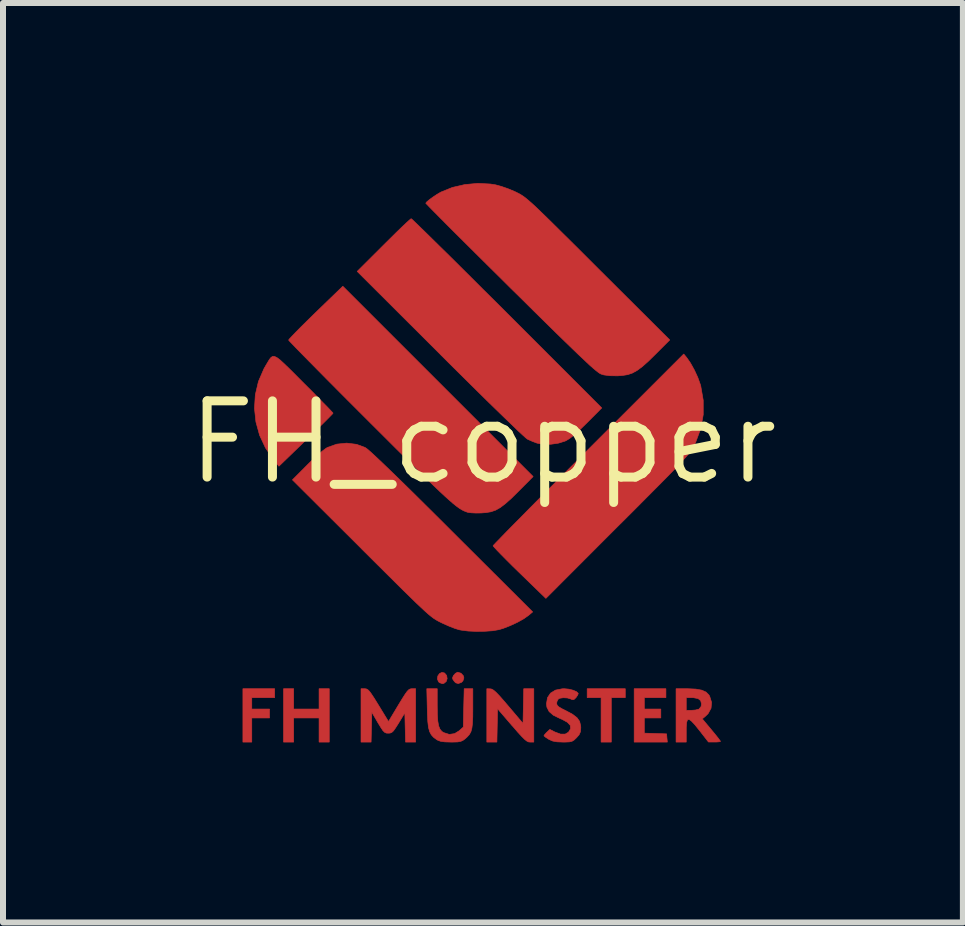
<source format=kicad_pcb>
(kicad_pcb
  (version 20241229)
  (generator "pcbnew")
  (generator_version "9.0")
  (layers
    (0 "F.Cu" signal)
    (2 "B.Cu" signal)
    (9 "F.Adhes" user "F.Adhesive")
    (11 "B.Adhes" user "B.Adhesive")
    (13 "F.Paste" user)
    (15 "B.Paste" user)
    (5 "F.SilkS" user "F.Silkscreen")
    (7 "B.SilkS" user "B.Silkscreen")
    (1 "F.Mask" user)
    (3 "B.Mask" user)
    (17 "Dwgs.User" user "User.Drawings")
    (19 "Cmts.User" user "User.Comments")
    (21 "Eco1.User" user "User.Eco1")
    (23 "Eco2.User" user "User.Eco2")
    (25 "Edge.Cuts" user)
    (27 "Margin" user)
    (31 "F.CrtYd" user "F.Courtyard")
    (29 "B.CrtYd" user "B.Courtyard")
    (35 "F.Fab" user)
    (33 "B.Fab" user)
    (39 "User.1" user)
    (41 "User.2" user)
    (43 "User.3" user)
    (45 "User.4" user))
  (footprint "FH_copper"
    (layer "F.Cu")
    (at 4.997 4.319)
    (property "Reference" "FH_copper" (at 0 0 0) (layer "F.SilkS") (effects (font (size 1.27 1.27) (thickness 0.15))))
    (attr through_hole)
    (fp_poly (pts (xy 2.371 4.255) (xy 2.138 4.255) (xy 2.138 4.995) (xy 1.968 4.995) (xy 1.968 4.255) (xy 1.736 4.255) (xy 1.736 4.106) (xy 2.371 4.106) (xy 2.371 4.255)) (stroke (width 0.01) (type solid)) (fill yes) (layer "F.Cu"))
    (fp_poly (pts (xy -3.471 4.255) (xy -3.852 4.255) (xy -3.852 4.445) (xy -3.556 4.445) (xy -3.556 4.593) (xy -3.852 4.593) (xy -3.852 4.995) (xy -4 4.995) (xy -4 4.106) (xy -3.471 4.106) (xy -3.471 4.255)) (stroke (width 0.01) (type solid)) (fill yes) (layer "F.Cu"))
    (fp_poly (pts (xy -3.154 4.445) (xy -2.731 4.445) (xy -2.731 4.106) (xy -2.561 4.106) (xy -2.561 4.995) (xy -2.731 4.995) (xy -2.731 4.593) (xy -3.154 4.593) (xy -3.154 4.995) (xy -3.323 4.995) (xy -3.323 4.106) (xy -3.154 4.106) (xy -3.154 4.445)) (stroke (width 0.01) (type solid)) (fill yes) (layer "F.Cu"))
    (fp_poly (pts (xy -0.64 3.844) (xy -0.605 3.886) (xy -0.597 3.938) (xy -0.613 3.986) (xy -0.651 4.017) (xy -0.677 4.022) (xy -0.722 4.006) (xy -0.74 3.991) (xy -0.76 3.943) (xy -0.752 3.893) (xy -0.724 3.853) (xy -0.683 3.834) (xy -0.64 3.844)) (stroke (width 0.01) (type solid)) (fill yes) (layer "F.Cu"))
    (fp_poly (pts (xy -0.366 3.848) (xy -0.327 3.89) (xy -0.318 3.926) (xy -0.334 3.976) (xy -0.358 4) (xy -0.411 4.02) (xy -0.451 4.009) (xy -0.475 3.988) (xy -0.502 3.949) (xy -0.508 3.926) (xy -0.493 3.888) (xy -0.459 3.85) (xy -0.423 3.831) (xy -0.42 3.831) (xy -0.366 3.848)) (stroke (width 0.01) (type solid)) (fill yes) (layer "F.Cu"))
    (fp_poly (pts (xy 3.048 4.255) (xy 2.688 4.255) (xy 2.688 4.445) (xy 2.963 4.445) (xy 2.963 4.593) (xy 2.688 4.593) (xy 2.688 4.846) (xy 2.873 4.852) (xy 3.059 4.858) (xy 3.065 4.927) (xy 3.072 4.995) (xy 2.519 4.995) (xy 2.519 4.106) (xy 3.048 4.106) (xy 3.048 4.255)) (stroke (width 0.01) (type solid)) (fill yes) (layer "F.Cu"))
    (fp_poly (pts (xy 0.847 4.995) (xy 0.784 4.995) (xy 0.757 4.992) (xy 0.728 4.977) (xy 0.692 4.948) (xy 0.644 4.9) (xy 0.578 4.828) (xy 0.492 4.728) (xy 0.482 4.718) (xy 0.243 4.44) (xy 0.232 4.995) (xy 0.064 4.995) (xy 0.064 4.106) (xy 0.122 4.108) (xy 0.148 4.113) (xy 0.179 4.132) (xy 0.219 4.167) (xy 0.274 4.224) (xy 0.347 4.307) (xy 0.423 4.396) (xy 0.667 4.684) (xy 0.673 4.395) (xy 0.679 4.106) (xy 0.847 4.106) (xy 0.847 4.995)) (stroke (width 0.01) (type solid)) (fill yes) (layer "F.Cu"))
    (fp_poly (pts (xy -3.472 -1.43) (xy -3.431 -1.41) (xy -3.377 -1.369) (xy -3.308 -1.305) (xy -3.218 -1.218) (xy -3.104 -1.104) (xy -2.984 -0.983) (xy -2.866 -0.866) (xy -2.759 -0.757) (xy -2.666 -0.662) (xy -2.589 -0.584) (xy -2.534 -0.526) (xy -2.503 -0.492) (xy -2.498 -0.485) (xy -2.512 -0.468) (xy -2.554 -0.425) (xy -2.618 -0.36) (xy -2.702 -0.277) (xy -2.801 -0.18) (xy -2.912 -0.072) (xy -2.949 -0.037) (xy -3.4 0.399) (xy -3.489 0.289) (xy -3.624 0.093) (xy -3.722 -0.118) (xy -3.783 -0.339) (xy -3.807 -0.565) (xy -3.793 -0.792) (xy -3.741 -1.013) (xy -3.65 -1.224) (xy -3.617 -1.282) (xy -3.583 -1.339) (xy -3.556 -1.384) (xy -3.53 -1.415) (xy -3.504 -1.431) (xy -3.472 -1.43)) (stroke (width 0.01) (type solid)) (fill yes) (layer "F.Cu"))
    (fp_poly (pts (xy -1.944 4.109) (xy -1.92 4.121) (xy -1.893 4.147) (xy -1.859 4.193) (xy -1.812 4.264) (xy -1.749 4.366) (xy -1.741 4.379) (xy -1.574 4.653) (xy -1.41 4.379) (xy -1.346 4.274) (xy -1.299 4.2) (xy -1.264 4.151) (xy -1.237 4.123) (xy -1.213 4.11) (xy -1.188 4.106) (xy -1.184 4.106) (xy -1.122 4.106) (xy -1.122 4.995) (xy -1.29 4.995) (xy -1.302 4.508) (xy -1.405 4.678) (xy -1.455 4.757) (xy -1.49 4.807) (xy -1.519 4.834) (xy -1.548 4.845) (xy -1.578 4.847) (xy -1.611 4.845) (xy -1.639 4.832) (xy -1.668 4.803) (xy -1.703 4.75) (xy -1.75 4.673) (xy -1.852 4.498) (xy -1.858 4.747) (xy -1.864 4.995) (xy -2.032 4.995) (xy -2.032 4.106) (xy -1.97 4.106) (xy -1.944 4.109)) (stroke (width 0.01) (type solid)) (fill yes) (layer "F.Cu"))
    (fp_poly (pts (xy -0.762 4.389) (xy -0.76 4.535) (xy -0.753 4.644) (xy -0.739 4.724) (xy -0.717 4.779) (xy -0.686 4.817) (xy -0.655 4.837) (xy -0.561 4.867) (xy -0.473 4.854) (xy -0.397 4.807) (xy -0.328 4.745) (xy -0.321 4.426) (xy -0.313 4.106) (xy -0.169 4.106) (xy -0.169 4.435) (xy -0.17 4.577) (xy -0.175 4.684) (xy -0.185 4.764) (xy -0.201 4.823) (xy -0.227 4.869) (xy -0.264 4.91) (xy -0.297 4.94) (xy -0.335 4.968) (xy -0.373 4.984) (xy -0.425 4.993) (xy -0.503 4.995) (xy -0.536 4.995) (xy -0.635 4.992) (xy -0.703 4.983) (xy -0.752 4.965) (xy -0.77 4.955) (xy -0.823 4.916) (xy -0.861 4.874) (xy -0.889 4.821) (xy -0.908 4.751) (xy -0.919 4.657) (xy -0.926 4.531) (xy -0.928 4.44) (xy -0.936 4.106) (xy -0.762 4.106) (xy -0.762 4.389)) (stroke (width 0.01) (type solid)) (fill yes) (layer "F.Cu"))
    (fp_poly (pts (xy 3.545 4.112) (xy 3.646 4.13) (xy 3.717 4.162) (xy 3.765 4.211) (xy 3.777 4.231) (xy 3.809 4.333) (xy 3.8 4.432) (xy 3.751 4.521) (xy 3.708 4.563) (xy 3.654 4.608) (xy 3.806 4.79) (xy 3.867 4.864) (xy 3.916 4.925) (xy 3.948 4.968) (xy 3.958 4.983) (xy 3.939 4.99) (xy 3.891 4.994) (xy 3.858 4.994) (xy 3.757 4.994) (xy 3.609 4.804) (xy 3.531 4.707) (xy 3.473 4.645) (xy 3.433 4.617) (xy 3.407 4.625) (xy 3.393 4.669) (xy 3.387 4.747) (xy 3.387 4.805) (xy 3.387 4.995) (xy 3.217 4.995) (xy 3.217 4.255) (xy 3.387 4.255) (xy 3.387 4.466) (xy 3.473 4.466) (xy 3.539 4.461) (xy 3.592 4.448) (xy 3.6 4.444) (xy 3.634 4.403) (xy 3.641 4.36) (xy 3.627 4.304) (xy 3.583 4.27) (xy 3.504 4.255) (xy 3.473 4.255) (xy 3.387 4.255) (xy 3.217 4.255) (xy 3.217 4.106) (xy 3.409 4.106) (xy 3.545 4.112)) (stroke (width 0.01) (type solid)) (fill yes) (layer "F.Cu"))
    (fp_poly (pts (xy -1.178 -3.711) (xy -1.133 -3.668) (xy -1.062 -3.599) (xy -0.966 -3.506) (xy -0.849 -3.391) (xy -0.712 -3.256) (xy -0.556 -3.103) (xy -0.385 -2.933) (xy -0.2 -2.749) (xy -0.003 -2.552) (xy 0.205 -2.346) (xy 0.402 -2.149) (xy 1.979 -0.572) (xy 1.726 -0.318) (xy 1.613 -0.208) (xy 1.522 -0.125) (xy 1.449 -0.067) (xy 1.388 -0.029) (xy 1.366 -0.019) (xy 1.256 0.015) (xy 1.131 0.033) (xy 1.008 0.033) (xy 0.904 0.015) (xy 0.9 0.014) (xy 0.823 -0.015) (xy 0.749 -0.048) (xy 0.741 -0.052) (xy 0.715 -0.072) (xy 0.662 -0.12) (xy 0.583 -0.193) (xy 0.482 -0.291) (xy 0.359 -0.409) (xy 0.217 -0.547) (xy 0.059 -0.701) (xy -0.113 -0.871) (xy -0.297 -1.053) (xy -0.491 -1.245) (xy -0.693 -1.446) (xy -0.714 -1.468) (xy -2.096 -2.847) (xy -1.656 -3.286) (xy -1.544 -3.397) (xy -1.441 -3.499) (xy -1.351 -3.586) (xy -1.278 -3.655) (xy -1.226 -3.702) (xy -1.199 -3.724) (xy -1.196 -3.725) (xy -1.178 -3.711)) (stroke (width 0.01) (type solid)) (fill yes) (layer "F.Cu"))
    (fp_poly (pts (xy 0.836 0.571) (xy 0.592 0.816) (xy 0.473 0.934) (xy 0.374 1.022) (xy 0.289 1.087) (xy 0.211 1.131) (xy 0.132 1.158) (xy 0.047 1.172) (xy -0.032 1.178) (xy -0.119 1.179) (xy -0.197 1.175) (xy -0.249 1.168) (xy -0.254 1.167) (xy -0.288 1.155) (xy -0.322 1.141) (xy -0.357 1.122) (xy -0.396 1.098) (xy -0.441 1.065) (xy -0.494 1.023) (xy -0.556 0.969) (xy -0.631 0.902) (xy -0.719 0.82) (xy -0.824 0.72) (xy -0.946 0.601) (xy -1.088 0.461) (xy -1.252 0.299) (xy -1.441 0.112) (xy -1.655 -0.102) (xy -1.868 -0.314) (xy -2.068 -0.514) (xy -2.259 -0.705) (xy -2.439 -0.886) (xy -2.607 -1.055) (xy -2.759 -1.209) (xy -2.894 -1.346) (xy -3.01 -1.464) (xy -3.104 -1.56) (xy -3.175 -1.634) (xy -3.221 -1.682) (xy -3.238 -1.703) (xy -3.238 -1.704) (xy -3.224 -1.723) (xy -3.182 -1.768) (xy -3.118 -1.835) (xy -3.034 -1.92) (xy -2.935 -2.018) (xy -2.824 -2.127) (xy -2.787 -2.163) (xy -2.335 -2.6) (xy 0.836 0.571)) (stroke (width 0.01) (type solid)) (fill yes) (layer "F.Cu"))
    (fp_poly (pts (xy 3.397 -1.408) (xy 3.459 -1.318) (xy 3.522 -1.204) (xy 3.579 -1.081) (xy 3.62 -0.967) (xy 3.628 -0.941) (xy 3.67 -0.699) (xy 3.67 -0.462) (xy 3.629 -0.23) (xy 3.545 -0.004) (xy 3.533 0.021) (xy 3.517 0.054) (xy 3.5 0.085) (xy 3.481 0.117) (xy 3.458 0.15) (xy 3.429 0.189) (xy 3.391 0.234) (xy 3.343 0.289) (xy 3.282 0.354) (xy 3.206 0.434) (xy 3.114 0.529) (xy 3.003 0.642) (xy 2.871 0.775) (xy 2.716 0.931) (xy 2.536 1.112) (xy 2.329 1.319) (xy 2.246 1.401) (xy 1.048 2.601) (xy 0.608 2.174) (xy 0.495 2.064) (xy 0.394 1.963) (xy 0.307 1.875) (xy 0.238 1.804) (xy 0.191 1.753) (xy 0.169 1.727) (xy 0.169 1.725) (xy 0.183 1.707) (xy 0.226 1.662) (xy 0.295 1.591) (xy 0.388 1.495) (xy 0.503 1.378) (xy 0.639 1.241) (xy 0.792 1.085) (xy 0.962 0.914) (xy 1.147 0.728) (xy 1.343 0.531) (xy 1.551 0.323) (xy 1.757 0.116) (xy 3.345 -1.471) (xy 3.397 -1.408)) (stroke (width 0.01) (type solid)) (fill yes) (layer "F.Cu"))
    (fp_poly (pts (xy -2.107 0.034) (xy -1.965 0.086) (xy -1.933 0.108) (xy -1.876 0.157) (xy -1.793 0.233) (xy -1.684 0.336) (xy -1.548 0.467) (xy -1.384 0.626) (xy -1.193 0.813) (xy -0.974 1.03) (xy -0.726 1.276) (xy -0.523 1.479) (xy 0.828 2.826) (xy 0.758 2.885) (xy 0.679 2.941) (xy 0.573 3) (xy 0.454 3.055) (xy 0.336 3.101) (xy 0.265 3.122) (xy 0.162 3.14) (xy 0.032 3.149) (xy -0.109 3.151) (xy -0.246 3.145) (xy -0.363 3.13) (xy -0.398 3.123) (xy -0.469 3.101) (xy -0.562 3.065) (xy -0.659 3.022) (xy -0.695 3.005) (xy -0.729 2.988) (xy -0.761 2.971) (xy -0.793 2.952) (xy -0.828 2.929) (xy -0.867 2.899) (xy -0.913 2.861) (xy -0.968 2.812) (xy -1.034 2.75) (xy -1.115 2.674) (xy -1.211 2.58) (xy -1.326 2.468) (xy -1.461 2.334) (xy -1.619 2.177) (xy -1.803 1.994) (xy -2.014 1.784) (xy -2.027 1.77) (xy -3.175 0.626) (xy -2.929 0.379) (xy -2.84 0.291) (xy -2.752 0.212) (xy -2.676 0.146) (xy -2.616 0.101) (xy -2.594 0.087) (xy -2.437 0.031) (xy -2.271 0.014) (xy -2.107 0.034)) (stroke (width 0.01) (type solid)) (fill yes) (layer "F.Cu"))
    (fp_poly (pts (xy 1.43 4.113) (xy 1.502 4.131) (xy 1.558 4.155) (xy 1.586 4.182) (xy 1.587 4.189) (xy 1.575 4.217) (xy 1.549 4.255) (xy 1.515 4.287) (xy 1.483 4.287) (xy 1.466 4.278) (xy 1.407 4.26) (xy 1.338 4.256) (xy 1.279 4.265) (xy 1.253 4.28) (xy 1.232 4.321) (xy 1.228 4.352) (xy 1.235 4.38) (xy 1.263 4.408) (xy 1.319 4.441) (xy 1.383 4.473) (xy 1.493 4.532) (xy 1.567 4.589) (xy 1.61 4.65) (xy 1.628 4.723) (xy 1.63 4.757) (xy 1.624 4.824) (xy 1.601 4.874) (xy 1.558 4.923) (xy 1.518 4.961) (xy 1.483 4.982) (xy 1.438 4.992) (xy 1.371 4.995) (xy 1.33 4.995) (xy 1.233 4.991) (xy 1.162 4.978) (xy 1.102 4.952) (xy 1.095 4.948) (xy 1.047 4.917) (xy 1.019 4.894) (xy 1.016 4.889) (xy 1.03 4.867) (xy 1.063 4.831) (xy 1.065 4.83) (xy 1.114 4.784) (xy 1.196 4.826) (xy 1.292 4.862) (xy 1.37 4.862) (xy 1.425 4.83) (xy 1.46 4.771) (xy 1.454 4.716) (xy 1.406 4.665) (xy 1.317 4.616) (xy 1.283 4.602) (xy 1.173 4.548) (xy 1.102 4.487) (xy 1.065 4.414) (xy 1.058 4.357) (xy 1.075 4.255) (xy 1.126 4.179) (xy 1.208 4.129) (xy 1.321 4.107) (xy 1.355 4.106) (xy 1.43 4.113)) (stroke (width 0.01) (type solid)) (fill yes) (layer "F.Cu"))
    (fp_poly (pts (xy 0.125 -4.303) (xy 0.212 -4.289) (xy 0.307 -4.263) (xy 0.419 -4.224) (xy 0.527 -4.179) (xy 0.55 -4.168) (xy 0.584 -4.151) (xy 0.615 -4.135) (xy 0.646 -4.116) (xy 0.68 -4.093) (xy 0.719 -4.063) (xy 0.764 -4.025) (xy 0.819 -3.977) (xy 0.885 -3.916) (xy 0.964 -3.84) (xy 1.06 -3.747) (xy 1.173 -3.636) (xy 1.307 -3.503) (xy 1.464 -3.348) (xy 1.646 -3.167) (xy 1.854 -2.959) (xy 1.921 -2.892) (xy 3.112 -1.705) (xy 2.875 -1.468) (xy 2.756 -1.351) (xy 2.656 -1.262) (xy 2.57 -1.198) (xy 2.491 -1.154) (xy 2.412 -1.127) (xy 2.325 -1.113) (xy 2.244 -1.107) (xy 2.114 -1.109) (xy 2.015 -1.122) (xy 1.969 -1.136) (xy 1.949 -1.146) (xy 1.921 -1.165) (xy 1.885 -1.193) (xy 1.837 -1.233) (xy 1.776 -1.287) (xy 1.702 -1.357) (xy 1.61 -1.443) (xy 1.501 -1.548) (xy 1.372 -1.673) (xy 1.221 -1.82) (xy 1.047 -1.991) (xy 0.848 -2.187) (xy 0.622 -2.411) (xy 0.461 -2.569) (xy 0.258 -2.771) (xy 0.063 -2.964) (xy -0.121 -3.147) (xy -0.292 -3.317) (xy -0.448 -3.472) (xy -0.587 -3.611) (xy -0.706 -3.731) (xy -0.805 -3.831) (xy -0.88 -3.907) (xy -0.929 -3.958) (xy -0.952 -3.982) (xy -0.953 -3.984) (xy -0.936 -4.006) (xy -0.893 -4.042) (xy -0.833 -4.086) (xy -0.767 -4.13) (xy -0.704 -4.167) (xy -0.698 -4.17) (xy -0.51 -4.246) (xy -0.302 -4.294) (xy -0.086 -4.314) (xy 0.125 -4.303)) (stroke (width 0.01) (type solid)) (fill yes) (layer "F.Cu")))
  (gr_rect
    (start -3 -3)
    (end 12.993 12.32)
    (stroke (width 0.1) (type default))
    (fill no)
    (layer "Edge.Cuts")))
</source>
